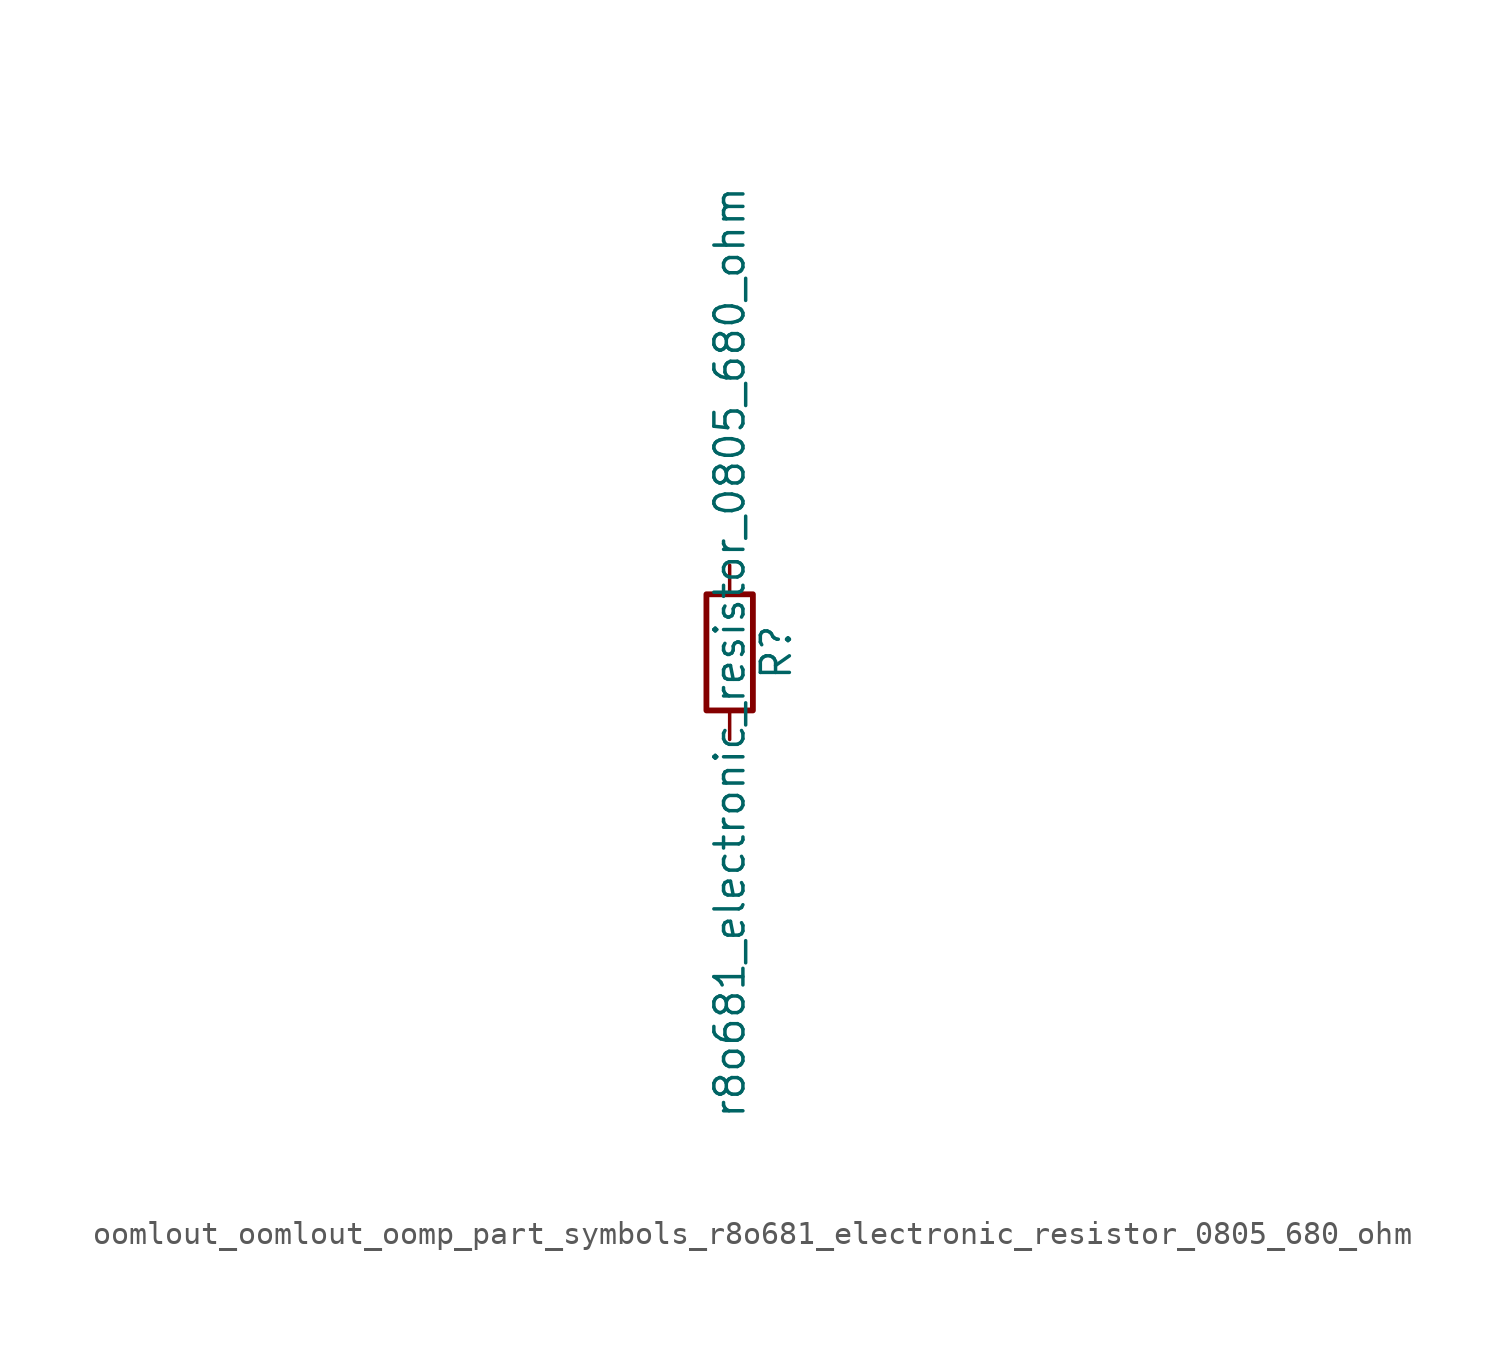
<source format=kicad_sym>
(kicad_symbol_lib
  (version 20220914)
  (generator kicad_symbol_editor)
  (symbol "oomlout_oomlout_oomp_part_symbols_r8o681_electronic_resistor_0805_680_ohm"
    (pin_numbers hide)
    (pin_names
      (offset 0))
    (property "Reference" "R"
      (at 2.032 0 90)
      (effects (font (size 1.27 1.27))))
    (property "Value" "r8o681_electronic_resistor_0805_680_ohm"
      (at 0 0 90)
      (effects (font (size 1.27 1.27))))
    (symbol "oomlout_oomlout_oomp_part_symbols_r8o681_electronic_resistor_0805_680_ohm_0_1"
      (rectangle (start -1.016 -2.54) (end 1.016 2.54) (stroke (width 0.254) (type default)) (fill (type none))))
    (symbol "oomlout_oomlout_oomp_part_symbols_r8o681_electronic_resistor_0805_680_ohm_1_1"
      (pin passive line (at 0 3.81 270) (length 1.27) (name "~" (effects (font (size 1.27 1.27)))) (number "1" (effects (font (size 1.27 1.27)))))
      (pin passive line (at 0 -3.81 90) (length 1.27) (name "~" (effects (font (size 1.27 1.27)))) (number "2" (effects (font (size 1.27 1.27))))))))
</source>
